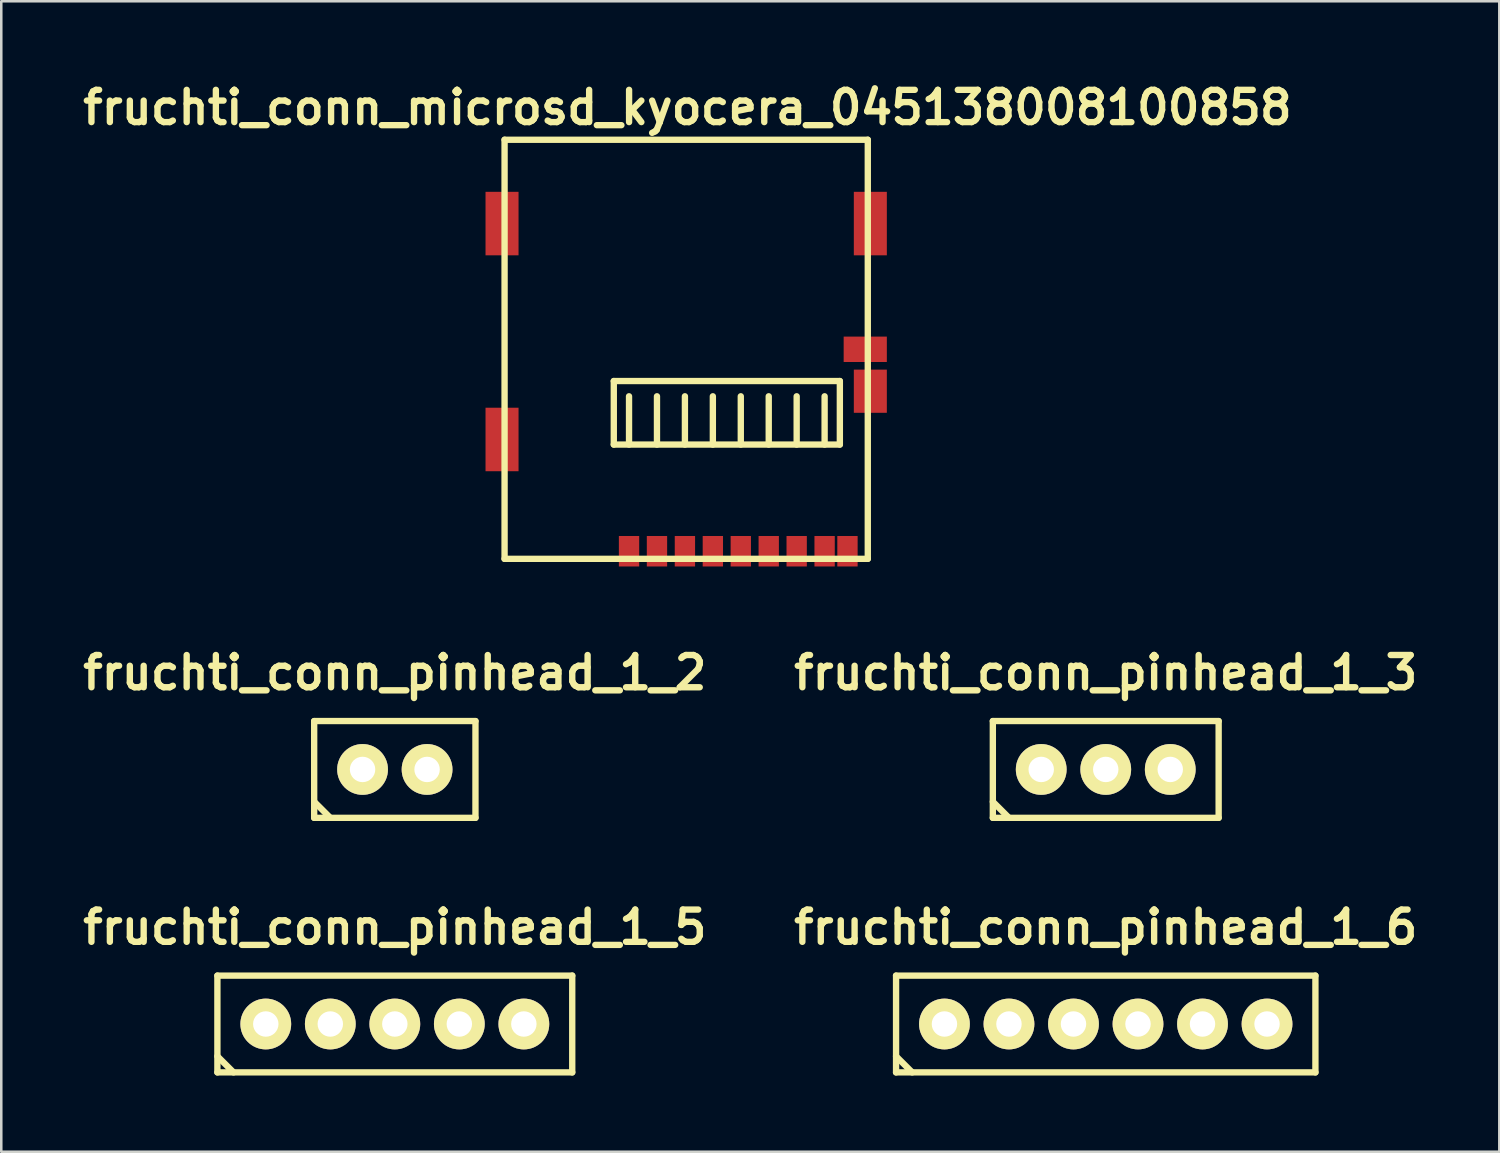
<source format=kicad_pcb>
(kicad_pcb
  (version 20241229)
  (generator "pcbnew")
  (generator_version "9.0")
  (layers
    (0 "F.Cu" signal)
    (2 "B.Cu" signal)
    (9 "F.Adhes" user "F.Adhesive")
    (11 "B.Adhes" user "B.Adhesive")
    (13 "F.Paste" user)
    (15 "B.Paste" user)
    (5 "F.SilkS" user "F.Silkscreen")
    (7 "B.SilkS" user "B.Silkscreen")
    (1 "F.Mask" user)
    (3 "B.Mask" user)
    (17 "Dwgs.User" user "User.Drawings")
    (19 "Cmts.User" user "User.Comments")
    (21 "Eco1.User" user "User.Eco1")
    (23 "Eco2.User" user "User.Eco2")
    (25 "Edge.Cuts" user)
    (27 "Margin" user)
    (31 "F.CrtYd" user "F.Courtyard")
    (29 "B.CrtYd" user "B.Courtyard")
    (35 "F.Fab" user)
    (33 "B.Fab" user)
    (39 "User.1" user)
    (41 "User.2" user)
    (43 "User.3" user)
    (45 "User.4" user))
  (footprint "fruchti_conn_pinhead_1_6"
    (layer "F.Cu")
    (at 40.483 37.265)
    (property "Reference" "fruchti_conn_pinhead_1_6" (at 0 -3.81 0) (layer "F.SilkS") (effects (font (size 1.27 1.27) (thickness 0.25))))
    (attr through_hole)
    (fp_line (start -8.255 -1.905) (end -8.255 1.905) (stroke (width 0.25) (type solid)) (layer "F.SilkS"))
    (fp_line (start -8.255 -1.905) (end 8.255 -1.905) (stroke (width 0.25) (type solid)) (layer "F.SilkS"))
    (fp_line (start -8.255 1.27) (end -7.62 1.905) (stroke (width 0.25) (type solid)) (layer "F.SilkS"))
    (fp_line (start 8.255 1.905) (end -8.255 1.905) (stroke (width 0.25) (type solid)) (layer "F.SilkS"))
    (fp_line (start 8.255 1.905) (end 8.255 -1.905) (stroke (width 0.25) (type solid)) (layer "F.SilkS"))
    (pad "1" thru_hole circle (at -6.35 0) (size 1.999 1.999) (drill 1.001) (layers "*.Cu" "*.Mask" "F.SilkS"))
    (pad "2" thru_hole circle (at -3.81 0) (size 1.999 1.999) (drill 1.001) (layers "*.Cu" "*.Mask" "F.SilkS"))
    (pad "3" thru_hole circle (at -1.27 0) (size 1.999 1.999) (drill 1.001) (layers "*.Cu" "*.Mask" "F.SilkS"))
    (pad "4" thru_hole circle (at 1.27 0) (size 1.999 1.999) (drill 1.001) (layers "*.Cu" "*.Mask" "F.SilkS"))
    (pad "5" thru_hole circle (at 3.81 0) (size 1.999 1.999) (drill 1.001) (layers "*.Cu" "*.Mask" "F.SilkS"))
    (pad "6" thru_hole circle (at 6.35 0) (size 1.999 1.999) (drill 1.001) (layers "*.Cu" "*.Mask" "F.SilkS")))
  (footprint "fruchti_conn_microsd_kyocera_045138008100858"
    (layer "F.Cu")
    (at 24.015 2.452)
    (property "Reference" "fruchti_conn_microsd_kyocera_045138008100858" (at 0 -1.27 0) (layer "F.SilkS") (effects (font (size 1.27 1.27) (thickness 0.25))))
    (attr through_hole)
    (fp_line (start -7.2 16.5) (end -7.2 0) (stroke (width 0.25) (type solid)) (layer "F.SilkS"))
    (fp_line (start -7.2 16.5) (end 7.1 16.5) (stroke (width 0.25) (type solid)) (layer "F.SilkS"))
    (fp_line (start -2.9 9.5) (end 6 9.5) (stroke (width 0.25) (type solid)) (layer "F.SilkS"))
    (fp_line (start -2.9 12) (end -2.9 9.5) (stroke (width 0.25) (type solid)) (layer "F.SilkS"))
    (fp_line (start -2.3 12) (end -2.3 10.1) (stroke (width 0.25) (type solid)) (layer "F.SilkS"))
    (fp_line (start -1.2 12) (end -1.2 10.1) (stroke (width 0.25) (type solid)) (layer "F.SilkS"))
    (fp_line (start -0.1 12) (end -0.1 10.1) (stroke (width 0.25) (type solid)) (layer "F.SilkS"))
    (fp_line (start 1 12) (end 1 10.1) (stroke (width 0.25) (type solid)) (layer "F.SilkS"))
    (fp_line (start 2.1 12) (end 2.1 10.1) (stroke (width 0.25) (type solid)) (layer "F.SilkS"))
    (fp_line (start 3.2 12) (end 3.2 10.1) (stroke (width 0.25) (type solid)) (layer "F.SilkS"))
    (fp_line (start 4.3 12) (end 4.3 10.1) (stroke (width 0.25) (type solid)) (layer "F.SilkS"))
    (fp_line (start 5.4 12) (end 5.4 10.1) (stroke (width 0.25) (type solid)) (layer "F.SilkS"))
    (fp_line (start 6 9.5) (end 6 12) (stroke (width 0.25) (type solid)) (layer "F.SilkS"))
    (fp_line (start 6 12) (end -2.9 12) (stroke (width 0.25) (type solid)) (layer "F.SilkS"))
    (fp_line (start 7.1 0) (end -7.2 0) (stroke (width 0.25) (type solid)) (layer "F.SilkS"))
    (fp_line (start 7.1 0) (end 7.1 16.5) (stroke (width 0.25) (type solid)) (layer "F.SilkS"))
    (pad "1" smd rect (at -2.3 16.2) (size 0.8 1.2) (layers "F.Cu" "F.Mask" "F.Paste"))
    (pad "2" smd rect (at -1.2 16.2) (size 0.8 1.2) (layers "F.Cu" "F.Mask" "F.Paste"))
    (pad "3" smd rect (at -0.1 16.2) (size 0.8 1.2) (layers "F.Cu" "F.Mask" "F.Paste"))
    (pad "4" smd rect (at 1 16.2) (size 0.8 1.2) (layers "F.Cu" "F.Mask" "F.Paste"))
    (pad "5" smd rect (at 2.1 16.2) (size 0.8 1.2) (layers "F.Cu" "F.Mask" "F.Paste"))
    (pad "6" smd rect (at 3.2 16.2) (size 0.8 1.2) (layers "F.Cu" "F.Mask" "F.Paste"))
    (pad "7" smd rect (at 4.3 16.2) (size 0.8 1.2) (layers "F.Cu" "F.Mask" "F.Paste"))
    (pad "8" smd rect (at 5.4 16.2) (size 0.8 1.2) (layers "F.Cu" "F.Mask" "F.Paste"))
    (pad "9" smd rect (at 6.3 16.2) (size 0.8 1.2) (layers "F.Cu" "F.Mask" "F.Paste"))
    (pad "10" smd rect (at 7 8.25) (size 1.7 1) (layers "F.Cu" "F.Mask" "F.Paste"))
    (pad "T" smd rect (at -7.3 3.3) (size 1.3 2.5) (layers "F.Cu" "F.Mask" "F.Paste"))
    (pad "T" smd rect (at -7.3 11.8) (size 1.3 2.5) (layers "F.Cu" "F.Mask" "F.Paste"))
    (pad "T" smd rect (at 7.2 3.3) (size 1.3 2.5) (layers "F.Cu" "F.Mask" "F.Paste"))
    (pad "T" smd rect (at 7.2 9.9) (size 1.3 1.7) (layers "F.Cu" "F.Mask" "F.Paste")))
  (footprint "fruchti_conn_pinhead_1_2"
    (layer "F.Cu")
    (at 12.494 27.243)
    (property "Reference" "fruchti_conn_pinhead_1_2" (at 0 -3.81 0) (layer "F.SilkS") (effects (font (size 1.27 1.27) (thickness 0.25))))
    (attr through_hole)
    (fp_line (start -3.175 -1.905) (end -3.175 1.905) (stroke (width 0.25) (type solid)) (layer "F.SilkS"))
    (fp_line (start -3.175 -1.905) (end 3.175 -1.905) (stroke (width 0.25) (type solid)) (layer "F.SilkS"))
    (fp_line (start -3.175 1.27) (end -2.54 1.905) (stroke (width 0.25) (type solid)) (layer "F.SilkS"))
    (fp_line (start 3.175 -1.905) (end 3.175 1.905) (stroke (width 0.25) (type solid)) (layer "F.SilkS"))
    (fp_line (start 3.175 1.905) (end -3.175 1.905) (stroke (width 0.25) (type solid)) (layer "F.SilkS"))
    (pad "1" thru_hole circle (at -1.27 0) (size 1.999 1.999) (drill 1.001) (layers "*.Cu" "*.Mask" "F.SilkS"))
    (pad "2" thru_hole circle (at 1.27 0) (size 1.999 1.999) (drill 1.001) (layers "*.Cu" "*.Mask" "F.SilkS")))
  (footprint "fruchti_conn_pinhead_1_5"
    (layer "F.Cu")
    (at 12.494 37.265)
    (property "Reference" "fruchti_conn_pinhead_1_5" (at 0 -3.81 0) (layer "F.SilkS") (effects (font (size 1.27 1.27) (thickness 0.25))))
    (attr through_hole)
    (fp_line (start -6.985 -1.905) (end -6.985 1.905) (stroke (width 0.25) (type solid)) (layer "F.SilkS"))
    (fp_line (start -6.985 -1.905) (end 6.985 -1.905) (stroke (width 0.25) (type solid)) (layer "F.SilkS"))
    (fp_line (start -6.985 1.27) (end -6.35 1.905) (stroke (width 0.25) (type solid)) (layer "F.SilkS"))
    (fp_line (start -6.985 1.905) (end 6.985 1.905) (stroke (width 0.25) (type solid)) (layer "F.SilkS"))
    (fp_line (start 6.985 -1.905) (end 6.985 1.905) (stroke (width 0.25) (type solid)) (layer "F.SilkS"))
    (pad "1" thru_hole circle (at -5.08 0) (size 1.999 1.999) (drill 1.001) (layers "*.Cu" "*.Mask" "F.SilkS"))
    (pad "2" thru_hole circle (at -2.54 0) (size 1.999 1.999) (drill 1.001) (layers "*.Cu" "*.Mask" "F.SilkS"))
    (pad "3" thru_hole circle (at 0 0) (size 1.999 1.999) (drill 1.001) (layers "*.Cu" "*.Mask" "F.SilkS"))
    (pad "4" thru_hole circle (at 2.54 0) (size 1.999 1.999) (drill 1.001) (layers "*.Cu" "*.Mask" "F.SilkS"))
    (pad "5" thru_hole circle (at 5.08 0) (size 1.999 1.999) (drill 1.001) (layers "*.Cu" "*.Mask" "F.SilkS")))
  (footprint "fruchti_conn_pinhead_1_3"
    (layer "F.Cu")
    (at 40.483 27.243)
    (property "Reference" "fruchti_conn_pinhead_1_3" (at 0 -3.81 0) (layer "F.SilkS") (effects (font (size 1.27 1.27) (thickness 0.25))))
    (attr through_hole)
    (fp_line (start -4.445 -1.905) (end -4.445 1.905) (stroke (width 0.25) (type solid)) (layer "F.SilkS"))
    (fp_line (start -4.445 -1.905) (end 4.445 -1.905) (stroke (width 0.25) (type solid)) (layer "F.SilkS"))
    (fp_line (start -4.445 1.27) (end -3.81 1.905) (stroke (width 0.25) (type solid)) (layer "F.SilkS"))
    (fp_line (start -4.445 1.905) (end 4.445 1.905) (stroke (width 0.25) (type solid)) (layer "F.SilkS"))
    (fp_line (start 4.445 -1.905) (end 4.445 1.905) (stroke (width 0.25) (type solid)) (layer "F.SilkS"))
    (pad "1" thru_hole circle (at -2.54 0) (size 1.999 1.999) (drill 1.001) (layers "*.Cu" "*.Mask" "F.SilkS"))
    (pad "2" thru_hole circle (at 0 0) (size 1.999 1.999) (drill 1.001) (layers "*.Cu" "*.Mask" "F.SilkS"))
    (pad "3" thru_hole circle (at 2.54 0) (size 1.999 1.999) (drill 1.001) (layers "*.Cu" "*.Mask" "F.SilkS")))
  (gr_rect
    (start -3 -3)
    (end 55.978 42.295)
    (stroke (width 0.1) (type default))
    (fill no)
    (layer "Edge.Cuts")))
</source>
